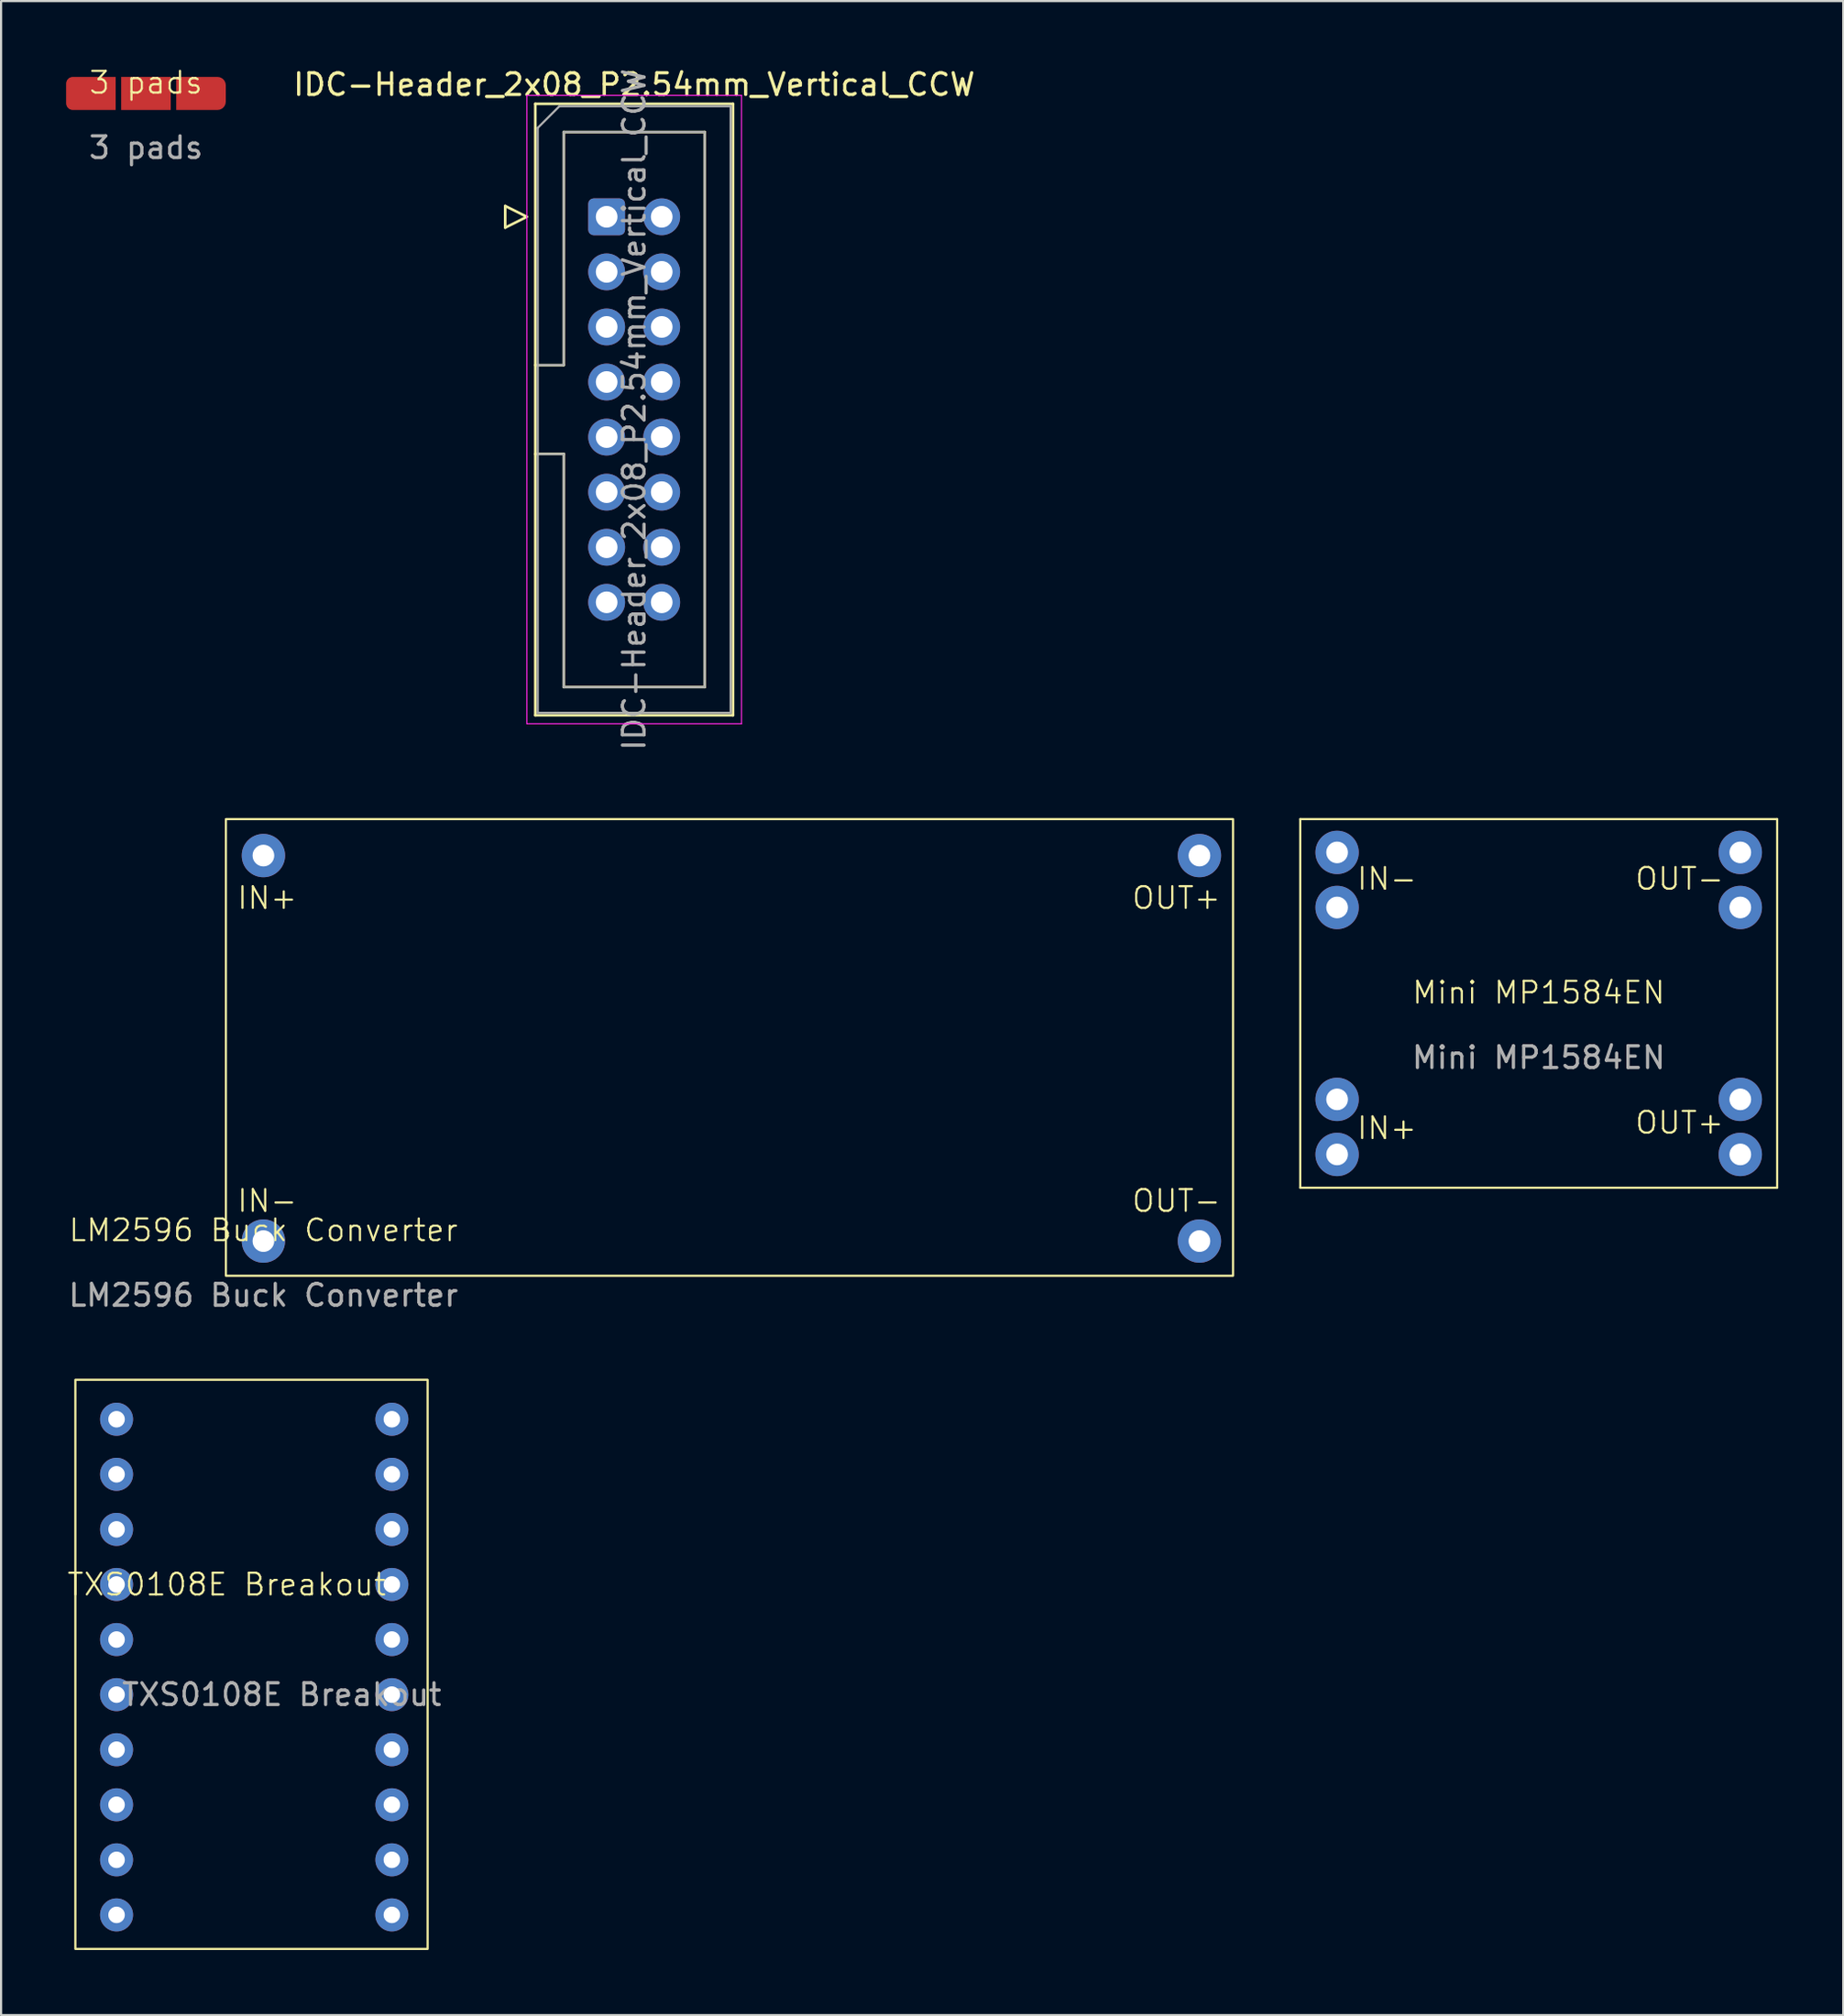
<source format=kicad_pcb>
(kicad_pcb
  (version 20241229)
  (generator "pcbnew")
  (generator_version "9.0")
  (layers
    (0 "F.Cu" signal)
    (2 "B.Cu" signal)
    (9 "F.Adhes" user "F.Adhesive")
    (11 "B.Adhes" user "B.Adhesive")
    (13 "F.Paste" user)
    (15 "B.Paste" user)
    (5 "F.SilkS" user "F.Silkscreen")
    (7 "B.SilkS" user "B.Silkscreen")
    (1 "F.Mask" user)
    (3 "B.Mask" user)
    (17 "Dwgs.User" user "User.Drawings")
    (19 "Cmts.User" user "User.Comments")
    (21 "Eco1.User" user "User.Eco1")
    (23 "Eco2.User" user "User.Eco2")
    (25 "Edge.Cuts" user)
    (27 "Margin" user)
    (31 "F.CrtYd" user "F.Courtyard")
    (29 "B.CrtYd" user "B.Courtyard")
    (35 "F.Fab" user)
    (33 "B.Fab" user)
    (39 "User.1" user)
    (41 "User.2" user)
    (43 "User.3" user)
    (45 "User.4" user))
  (footprint "3 pads"
    (layer "F.Cu")
    (at 3.683 1.26)
    (property "Reference" "3 pads" (at 0 -0.5 0) (unlocked yes) (layer "F.SilkS") (effects (font (size 1 1) (thickness 0.1))))
    (attr smd)
    (fp_text user "${REFERENCE}" (at 0 2.5 0) (unlocked yes) (layer "F.Fab") (effects (font (size 1 1) (thickness 0.15))))
    (pad "1" smd roundrect (at -2.54 0) (size 2.286 1.524) (layers "F.Cu" "F.Mask" "F.Paste") (roundrect_rratio 0.2) (chamfer_ratio 0) (chamfer top_right bottom_right))
    (pad "2" smd rect (at 0 0) (size 2.286 1.524) (layers "F.Cu" "F.Mask" "F.Paste"))
    (pad "3" smd roundrect (at 2.54 0) (size 2.286 1.524) (layers "F.Cu" "F.Mask" "F.Paste") (roundrect_rratio 0.25) (chamfer_ratio 0) (chamfer top_left bottom_left)))
  (footprint "TXS0108E Breakout"
    (layer "F.Cu")
    (at 8.677 73.837)
    (property "Reference" "TXS0108E Breakout" (at -1.27 -3.81 0) (unlocked yes) (layer "F.SilkS") (effects (font (size 1 1) (thickness 0.1))))
    (attr through_hole)
    (fp_rect (start -8.25 -13.25) (end 8 13) (stroke (width 0.1) (type default)) (fill no) (layer "F.SilkS"))
    (fp_text user "${REFERENCE}" (at 1.27 1.27 0) (unlocked yes) (layer "F.Fab") (effects (font (size 1 1) (thickness 0.15))))
    (pad "1" thru_hole circle (at 6.35 11.43) (size 1.524 1.524) (drill 0.762) (layers "*.Cu" "*.Mask"))
    (pad "2" thru_hole circle (at 6.35 8.89) (size 1.524 1.524) (drill 0.762) (layers "*.Cu" "*.Mask"))
    (pad "3" thru_hole circle (at 6.35 6.35) (size 1.524 1.524) (drill 0.762) (layers "*.Cu" "*.Mask"))
    (pad "4" thru_hole circle (at 6.35 3.81) (size 1.524 1.524) (drill 0.762) (layers "*.Cu" "*.Mask"))
    (pad "5" thru_hole circle (at 6.35 1.27) (size 1.524 1.524) (drill 0.762) (layers "*.Cu" "*.Mask"))
    (pad "6" thru_hole circle (at 6.35 -1.27) (size 1.524 1.524) (drill 0.762) (layers "*.Cu" "*.Mask"))
    (pad "7" thru_hole circle (at 6.35 -3.81) (size 1.524 1.524) (drill 0.762) (layers "*.Cu" "*.Mask"))
    (pad "8" thru_hole circle (at 6.35 -6.35) (size 1.524 1.524) (drill 0.762) (layers "*.Cu" "*.Mask"))
    (pad "9" thru_hole circle (at 6.35 -8.89) (size 1.524 1.524) (drill 0.762) (layers "*.Cu" "*.Mask"))
    (pad "10" thru_hole circle (at 6.35 -11.43) (size 1.524 1.524) (drill 0.762) (layers "*.Cu" "*.Mask"))
    (pad "11" thru_hole circle (at -6.35 -11.43) (size 1.524 1.524) (drill 0.762) (layers "*.Cu" "*.Mask"))
    (pad "12" thru_hole circle (at -6.35 -8.89) (size 1.524 1.524) (drill 0.762) (layers "*.Cu" "*.Mask"))
    (pad "13" thru_hole circle (at -6.35 -6.35) (size 1.524 1.524) (drill 0.762) (layers "*.Cu" "*.Mask"))
    (pad "14" thru_hole circle (at -6.35 -3.81) (size 1.524 1.524) (drill 0.762) (layers "*.Cu" "*.Mask"))
    (pad "15" thru_hole circle (at -6.35 -1.27) (size 1.524 1.524) (drill 0.762) (layers "*.Cu" "*.Mask"))
    (pad "16" thru_hole circle (at -6.35 1.27) (size 1.524 1.524) (drill 0.762) (layers "*.Cu" "*.Mask"))
    (pad "17" thru_hole circle (at -6.35 3.81) (size 1.524 1.524) (drill 0.762) (layers "*.Cu" "*.Mask"))
    (pad "18" thru_hole circle (at -6.35 6.35) (size 1.524 1.524) (drill 0.762) (layers "*.Cu" "*.Mask"))
    (pad "19" thru_hole circle (at -6.35 8.89) (size 1.524 1.524) (drill 0.762) (layers "*.Cu" "*.Mask"))
    (pad "20" thru_hole circle (at -6.35 11.43) (size 1.524 1.524) (drill 0.762) (layers "*.Cu" "*.Mask")))
  (footprint "LM2596 Buck Converter"
    (layer "F.Cu")
    (at 9.101 54.189)
    (property "Reference" "LM2596 Buck Converter" (at 0 -0.5 0) (unlocked yes) (layer "F.SilkS") (effects (font (size 1 1) (thickness 0.1))))
    (attr through_hole)
    (fp_rect (start -1.73 -19.46) (end 44.73 1.6) (stroke (width 0.1) (type default)) (fill no) (layer "F.SilkS"))
    (fp_text user "IN-" (at -1.27 -1.27 0) (unlocked yes) (layer "F.SilkS") (effects (font (size 1 1) (thickness 0.1)) (justify left bottom)))
    (fp_text user "OUT+" (at 40.005 -15.24 0) (unlocked yes) (layer "F.SilkS") (effects (font (size 1 1) (thickness 0.1)) (justify left bottom)))
    (fp_text user "IN+" (at -1.27 -15.24 0) (unlocked yes) (layer "F.SilkS") (effects (font (size 1 1) (thickness 0.1)) (justify left bottom)))
    (fp_text user "OUT-" (at 40.005 -1.27 0) (unlocked yes) (layer "F.SilkS") (effects (font (size 1 1) (thickness 0.1)) (justify left bottom)))
    (fp_text user "${REFERENCE}" (at 0 2.5 0) (unlocked yes) (layer "F.Fab") (effects (font (size 1 1) (thickness 0.15))))
    (pad "1" thru_hole circle (at 0 -17.78) (size 2 2) (drill 1) (layers "*.Cu" "*.Mask"))
    (pad "2" thru_hole circle (at 0 0) (size 2 2) (drill 1) (layers "*.Cu" "*.Mask"))
    (pad "3" thru_hole circle (at 43.18 -17.78) (size 2 2) (drill 1) (layers "*.Cu" "*.Mask"))
    (pad "4" thru_hole circle (at 43.18 0) (size 2 2) (drill 1) (layers "*.Cu" "*.Mask")))
  (footprint "Mini MP1584EN"
    (layer "F.Cu")
    (at 67.931 43.229)
    (property "Reference" "Mini MP1584EN" (at 0 -0.5 0) (unlocked yes) (layer "F.SilkS") (effects (font (size 1 1) (thickness 0.1))))
    (attr through_hole)
    (fp_line (start -11 -8.5) (end -11 8.5) (stroke (width 0.1) (type default)) (layer "F.SilkS"))
    (fp_line (start -11 -8.5) (end 11 -8.5) (stroke (width 0.1) (type default)) (layer "F.SilkS"))
    (fp_line (start -11 8.5) (end 11 8.5) (stroke (width 0.1) (type default)) (layer "F.SilkS"))
    (fp_line (start 11 -8.5) (end 11 8.5) (stroke (width 0.1) (type default)) (layer "F.SilkS"))
    (fp_text user "IN+" (at -7 5.75 0) (unlocked yes) (layer "F.SilkS") (effects (font (size 1 1) (thickness 0.1))))
    (fp_text user "OUT+" (at 6.5 5.5 0) (unlocked yes) (layer "F.SilkS") (effects (font (size 1 1) (thickness 0.1))))
    (fp_text user "IN-" (at -7 -5.75 0) (unlocked yes) (layer "F.SilkS") (effects (font (size 1 1) (thickness 0.1))))
    (fp_text user "OUT-" (at 6.5 -5.75 0) (unlocked yes) (layer "F.SilkS") (effects (font (size 1 1) (thickness 0.1))))
    (fp_text user "${REFERENCE}" (at 0 2.5 0) (unlocked yes) (layer "F.Fab") (effects (font (size 1 1) (thickness 0.15))))
    (pad "1" thru_hole circle (at -9.3 6.965) (size 2 2) (drill 1) (layers "*.Cu" "*.Mask"))
    (pad "2" thru_hole circle (at -9.3 4.425) (size 2 2) (drill 1) (layers "*.Cu" "*.Mask"))
    (pad "3" thru_hole circle (at -9.3 -4.425) (size 2 2) (drill 1) (layers "*.Cu" "*.Mask"))
    (pad "4" thru_hole circle (at -9.3 -6.965) (size 2 2) (drill 1) (layers "*.Cu" "*.Mask"))
    (pad "5" thru_hole circle (at 9.3 -6.965) (size 2 2) (drill 1) (layers "*.Cu" "*.Mask"))
    (pad "6" thru_hole circle (at 9.3 -4.425) (size 2 2) (drill 1) (layers "*.Cu" "*.Mask"))
    (pad "7" thru_hole circle (at 9.3 4.425) (size 2 2) (drill 1) (layers "*.Cu" "*.Mask"))
    (pad "8" thru_hole circle (at 9.3 6.965) (size 2 2) (drill 1) (layers "*.Cu" "*.Mask")))
  (footprint "IDC-Header_2x08_P2.54mm_Vertical_CCW"
    (layer "F.Cu")
    (at 24.935 6.949)
    (property "Reference" "IDC-Header_2x08_P2.54mm_Vertical_CCW" (at 1.27 -6.1 0) (layer "F.SilkS") (effects (font (size 1 1) (thickness 0.15))))
    (attr through_hole)
    (fp_line (start -4.68 -0.5) (end -4.68 0.5) (stroke (width 0.12) (type solid)) (layer "F.SilkS"))
    (fp_line (start -4.68 0.5) (end -3.68 0) (stroke (width 0.12) (type solid)) (layer "F.SilkS"))
    (fp_line (start -3.68 0) (end -4.68 -0.5) (stroke (width 0.12) (type solid)) (layer "F.SilkS"))
    (fp_line (start -3.29 -5.21) (end 5.83 -5.21) (stroke (width 0.12) (type solid)) (layer "F.SilkS"))
    (fp_line (start -3.29 6.84) (end -1.98 6.84) (stroke (width 0.12) (type solid)) (layer "F.SilkS"))
    (fp_line (start -3.29 22.99) (end -3.29 -5.21) (stroke (width 0.12) (type solid)) (layer "F.SilkS"))
    (fp_line (start -1.98 -3.91) (end 4.52 -3.91) (stroke (width 0.12) (type solid)) (layer "F.SilkS"))
    (fp_line (start -1.98 6.84) (end -1.98 -3.91) (stroke (width 0.12) (type solid)) (layer "F.SilkS"))
    (fp_line (start -1.98 10.94) (end -3.29 10.94) (stroke (width 0.12) (type solid)) (layer "F.SilkS"))
    (fp_line (start -1.98 10.94) (end -1.98 10.94) (stroke (width 0.12) (type solid)) (layer "F.SilkS"))
    (fp_line (start -1.98 21.69) (end -1.98 10.94) (stroke (width 0.12) (type solid)) (layer "F.SilkS"))
    (fp_line (start 4.52 -3.91) (end 4.52 21.69) (stroke (width 0.12) (type solid)) (layer "F.SilkS"))
    (fp_line (start 4.52 21.69) (end -1.98 21.69) (stroke (width 0.12) (type solid)) (layer "F.SilkS"))
    (fp_line (start 5.83 -5.21) (end 5.83 22.99) (stroke (width 0.12) (type solid)) (layer "F.SilkS"))
    (fp_line (start 5.83 22.99) (end -3.29 22.99) (stroke (width 0.12) (type solid)) (layer "F.SilkS"))
    (fp_line (start -3.68 -5.6) (end -3.68 23.38) (stroke (width 0.05) (type solid)) (layer "F.CrtYd"))
    (fp_line (start -3.68 23.38) (end 6.22 23.38) (stroke (width 0.05) (type solid)) (layer "F.CrtYd"))
    (fp_line (start 6.22 -5.6) (end -3.68 -5.6) (stroke (width 0.05) (type solid)) (layer "F.CrtYd"))
    (fp_line (start 6.22 23.38) (end 6.22 -5.6) (stroke (width 0.05) (type solid)) (layer "F.CrtYd"))
    (fp_line (start -3.18 -4.1) (end -2.18 -5.1) (stroke (width 0.1) (type solid)) (layer "F.Fab"))
    (fp_line (start -3.18 6.84) (end -1.98 6.84) (stroke (width 0.1) (type solid)) (layer "F.Fab"))
    (fp_line (start -3.18 22.88) (end -3.18 -4.1) (stroke (width 0.1) (type solid)) (layer "F.Fab"))
    (fp_line (start -2.18 -5.1) (end 5.72 -5.1) (stroke (width 0.1) (type solid)) (layer "F.Fab"))
    (fp_line (start -1.98 -3.91) (end 4.52 -3.91) (stroke (width 0.1) (type solid)) (layer "F.Fab"))
    (fp_line (start -1.98 6.84) (end -1.98 -3.91) (stroke (width 0.1) (type solid)) (layer "F.Fab"))
    (fp_line (start -1.98 10.94) (end -3.18 10.94) (stroke (width 0.1) (type solid)) (layer "F.Fab"))
    (fp_line (start -1.98 10.94) (end -1.98 10.94) (stroke (width 0.1) (type solid)) (layer "F.Fab"))
    (fp_line (start -1.98 21.69) (end -1.98 10.94) (stroke (width 0.1) (type solid)) (layer "F.Fab"))
    (fp_line (start 4.52 -3.91) (end 4.52 21.69) (stroke (width 0.1) (type solid)) (layer "F.Fab"))
    (fp_line (start 4.52 21.69) (end -1.98 21.69) (stroke (width 0.1) (type solid)) (layer "F.Fab"))
    (fp_line (start 5.72 -5.1) (end 5.72 22.88) (stroke (width 0.1) (type solid)) (layer "F.Fab"))
    (fp_line (start 5.72 22.88) (end -3.18 22.88) (stroke (width 0.1) (type solid)) (layer "F.Fab"))
    (fp_text user "${REFERENCE}" (at 1.27 8.89 90) (layer "F.Fab") (effects (font (size 1 1) (thickness 0.15))))
    (pad "1" thru_hole roundrect (at 0 0) (size 1.7 1.7) (drill 1) (layers "*.Cu" "*.Mask") (roundrect_rratio 0.147))
    (pad "2" thru_hole circle (at 0 2.54) (size 1.7 1.7) (drill 1) (layers "*.Cu" "*.Mask"))
    (pad "3" thru_hole circle (at 0 5.08) (size 1.7 1.7) (drill 1) (layers "*.Cu" "*.Mask"))
    (pad "4" thru_hole circle (at 0 7.62) (size 1.7 1.7) (drill 1) (layers "*.Cu" "*.Mask"))
    (pad "5" thru_hole circle (at 0 10.16) (size 1.7 1.7) (drill 1) (layers "*.Cu" "*.Mask"))
    (pad "6" thru_hole circle (at 0 12.7) (size 1.7 1.7) (drill 1) (layers "*.Cu" "*.Mask"))
    (pad "7" thru_hole circle (at 0 15.24) (size 1.7 1.7) (drill 1) (layers "*.Cu" "*.Mask"))
    (pad "8" thru_hole circle (at 0 17.78) (size 1.7 1.7) (drill 1) (layers "*.Cu" "*.Mask"))
    (pad "9" thru_hole circle (at 2.54 17.78) (size 1.7 1.7) (drill 1) (layers "*.Cu" "*.Mask"))
    (pad "10" thru_hole circle (at 2.54 15.24) (size 1.7 1.7) (drill 1) (layers "*.Cu" "*.Mask"))
    (pad "11" thru_hole circle (at 2.54 12.7) (size 1.7 1.7) (drill 1) (layers "*.Cu" "*.Mask"))
    (pad "12" thru_hole circle (at 2.54 10.16) (size 1.7 1.7) (drill 1) (layers "*.Cu" "*.Mask"))
    (pad "13" thru_hole circle (at 2.54 7.62) (size 1.7 1.7) (drill 1) (layers "*.Cu" "*.Mask"))
    (pad "14" thru_hole circle (at 2.54 5.08) (size 1.7 1.7) (drill 1) (layers "*.Cu" "*.Mask"))
    (pad "15" thru_hole circle (at 2.54 2.54) (size 1.7 1.7) (drill 1) (layers "*.Cu" "*.Mask"))
    (pad "16" thru_hole circle (at 2.54 0) (size 1.7 1.7) (drill 1) (layers "*.Cu" "*.Mask")))
  (gr_rect
    (start -3 -3)
    (end 81.981 89.887)
    (stroke (width 0.1) (type default))
    (fill no)
    (layer "Edge.Cuts")))
</source>
